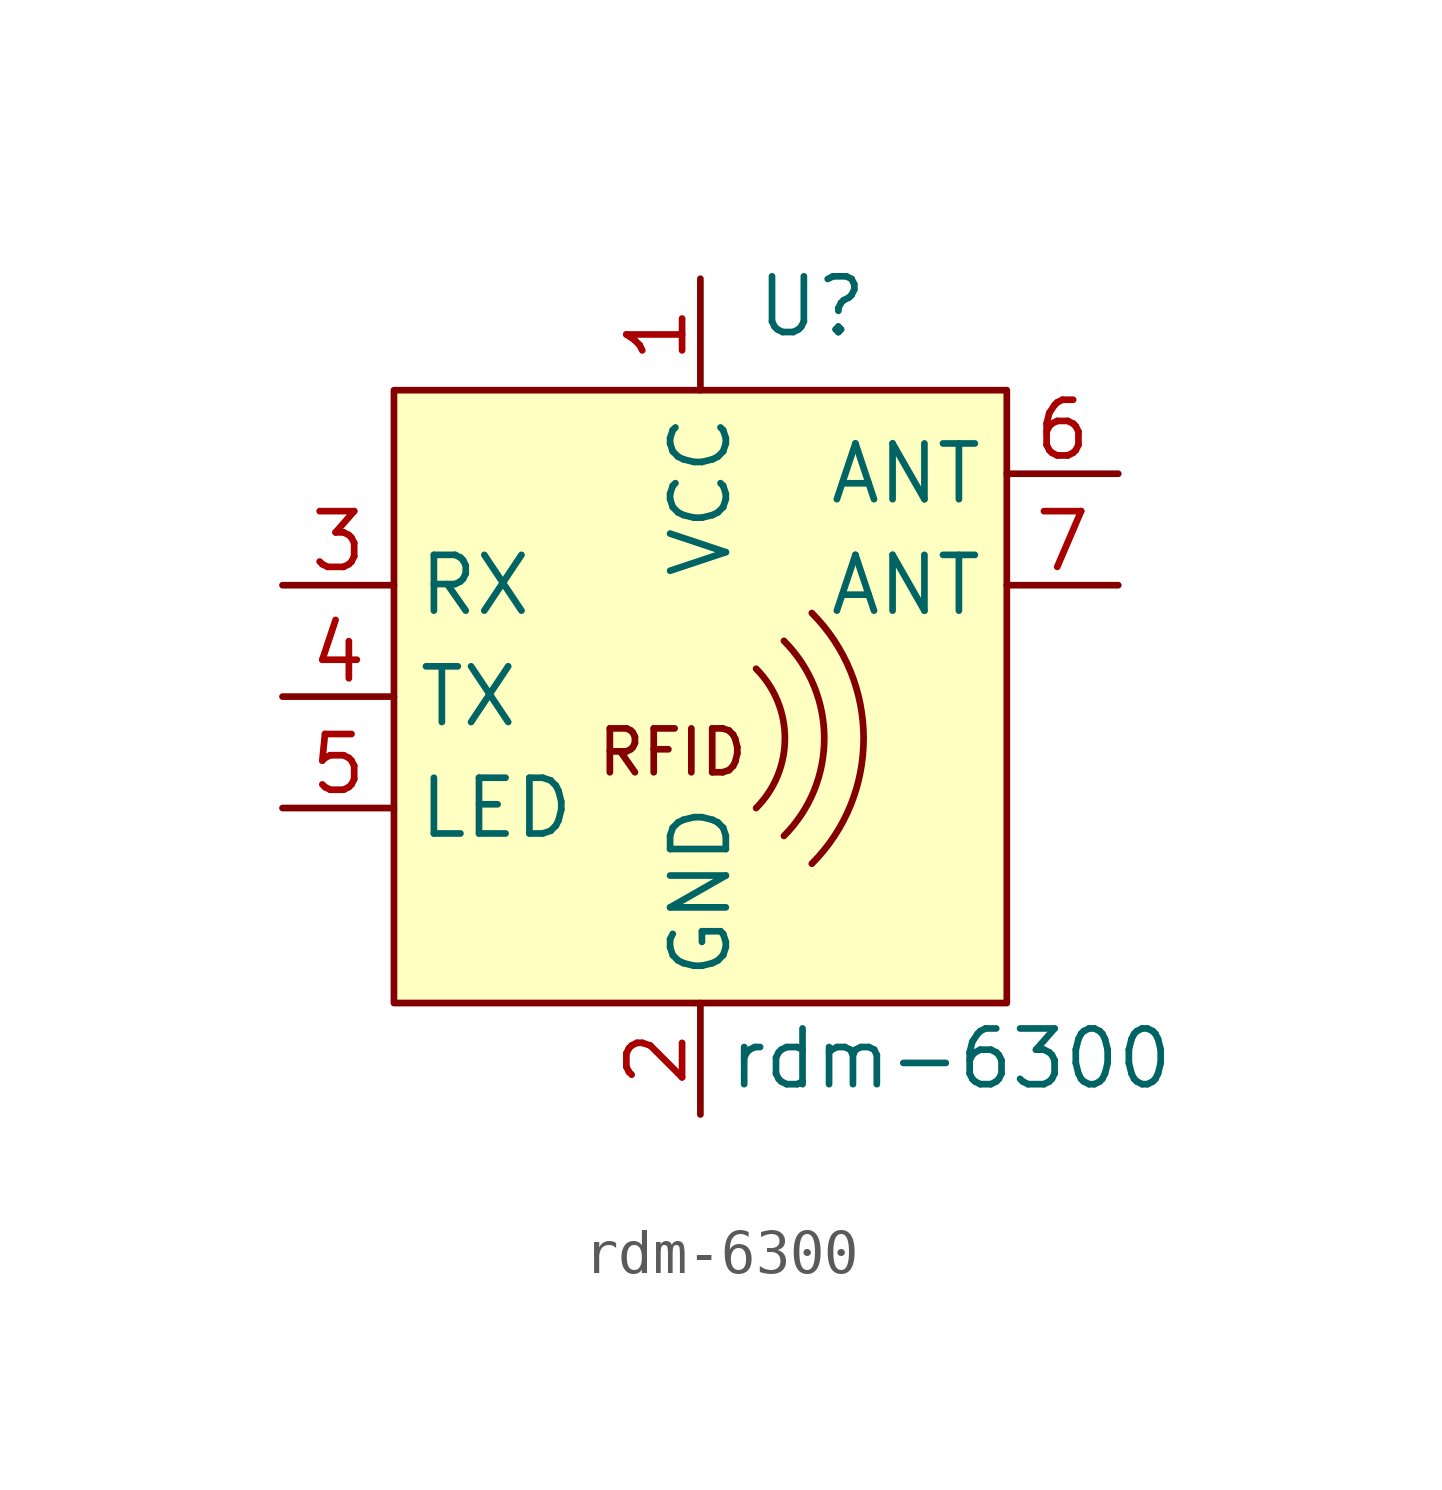
<source format=kicad_sym>
(kicad_symbol_lib
  (version 20211014)
  (generator kicad_symbol_editor)
  (symbol "rdm-6300"
    (property "Reference" "U"
      (at 2.54 8.89 0)
      (effects (font (size 1.27 1.27))))
    (property "Value" "rdm-6300"
      (at 5.715 -8.255 0)
      (effects (font (size 1.27 1.27))))
    (symbol "rdm-6300_0_0"
      (text "RFID" (at -0.635 -1.27 0) (effects (font (size 1 1)))))
    (symbol "rdm-6300_0_1"
      (rectangle (start -6.985 6.985) (end 6.985 -6.985) (stroke (width 0) (type default) (color 0 0 0 0)) (fill (type background)))
      (arc (start 1.27 -2.54) (mid 1.9264 -0.9525) (end 1.27 0.635) (stroke (width 0) (type default) (color 0 0 0 0)) (fill (type none)))
      (arc (start 1.905 -3.175) (mid 2.8238 -0.9525) (end 1.905 1.27) (stroke (width 0) (type default) (color 0 0 0 0)) (fill (type none)))
      (arc (start 2.54 -3.81) (mid 3.7205 -0.9525) (end 2.54 1.905) (stroke (width 0) (type default) (color 0 0 0 0)) (fill (type none))))
    (symbol "rdm-6300_1_1"
      (pin power_in line (at 0 9.525 270) (length 2.54) (name "VCC" (effects (font (size 1.27 1.27)))) (number "1" (effects (font (size 1.27 1.27)))))
      (pin power_in line (at 0 -9.525 90) (length 2.54) (name "GND" (effects (font (size 1.27 1.27)))) (number "2" (effects (font (size 1.27 1.27)))))
      (pin input line (at -9.525 2.54 0) (length 2.54) (name "RX" (effects (font (size 1.27 1.27)))) (number "3" (effects (font (size 1.27 1.27)))))
      (pin output line (at -9.525 0 0) (length 2.54) (name "TX" (effects (font (size 1.27 1.27)))) (number "4" (effects (font (size 1.27 1.27)))))
      (pin output line (at -9.525 -2.54 0) (length 2.54) (name "LED" (effects (font (size 1.27 1.27)))) (number "5" (effects (font (size 1.27 1.27)))))
      (pin bidirectional line (at 9.525 5.08 180) (length 2.54) (name "ANT" (effects (font (size 1.27 1.27)))) (number "6" (effects (font (size 1.27 1.27)))))
      (pin bidirectional line (at 9.525 2.54 180) (length 2.54) (name "ANT" (effects (font (size 1.27 1.27)))) (number "7" (effects (font (size 1.27 1.27))))))))
</source>
